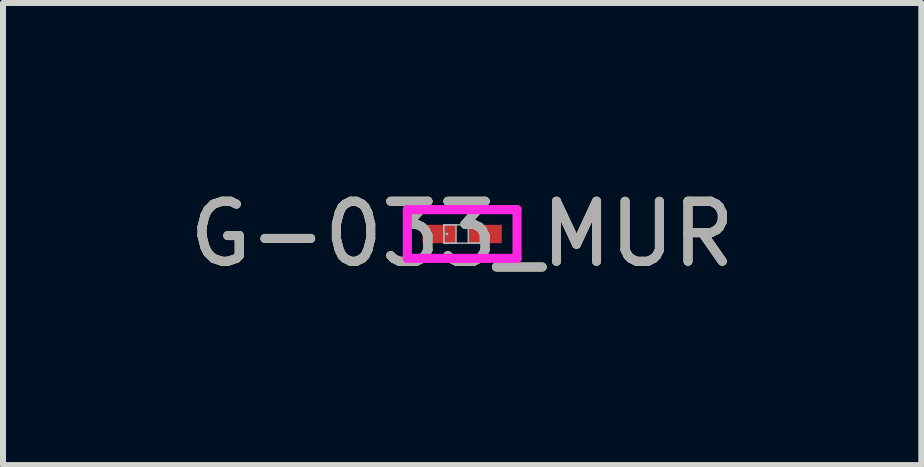
<source format=kicad_pcb>
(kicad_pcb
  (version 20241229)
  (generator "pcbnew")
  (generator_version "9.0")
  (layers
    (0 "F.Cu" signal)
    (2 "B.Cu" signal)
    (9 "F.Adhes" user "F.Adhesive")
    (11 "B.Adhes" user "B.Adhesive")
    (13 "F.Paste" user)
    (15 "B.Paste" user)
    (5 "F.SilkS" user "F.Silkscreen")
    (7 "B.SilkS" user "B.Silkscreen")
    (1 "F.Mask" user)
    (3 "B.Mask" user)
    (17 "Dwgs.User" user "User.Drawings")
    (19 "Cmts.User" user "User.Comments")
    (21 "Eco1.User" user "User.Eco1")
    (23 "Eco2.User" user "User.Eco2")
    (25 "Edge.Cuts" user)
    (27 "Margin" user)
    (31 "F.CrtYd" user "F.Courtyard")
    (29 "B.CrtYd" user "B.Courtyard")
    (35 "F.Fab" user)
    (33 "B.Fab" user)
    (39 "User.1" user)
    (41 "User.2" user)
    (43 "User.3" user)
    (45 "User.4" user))
  (footprint "G-033_MUR"
    (layer "F.Cu")
    (at 4.649 0.848)
    (property "Reference" "G-033_MUR" (at 0 0 0) (unlocked yes) (layer "F.SilkS") (effects (font (size 1 1) (thickness 0.15))))
    (attr smd)
    (fp_line (start -0.914 -0.406) (end 0.914 -0.406) (stroke (width 0.152) (type solid)) (layer "F.CrtYd"))
    (fp_line (start -0.914 0.406) (end -0.914 -0.406) (stroke (width 0.152) (type solid)) (layer "F.CrtYd"))
    (fp_line (start 0.914 -0.406) (end 0.914 0.406) (stroke (width 0.152) (type solid)) (layer "F.CrtYd"))
    (fp_line (start 0.914 0.406) (end -0.914 0.406) (stroke (width 0.152) (type solid)) (layer "F.CrtYd"))
    (fp_line (start -0.305 -0.152) (end -0.305 0.152) (stroke (width 0.025) (type solid)) (layer "F.Fab"))
    (fp_line (start -0.305 -0.152) (end -0.305 0.152) (stroke (width 0.025) (type solid)) (layer "F.Fab"))
    (fp_line (start -0.305 0.152) (end -0.102 0.152) (stroke (width 0.025) (type solid)) (layer "F.Fab"))
    (fp_line (start -0.305 0.152) (end 0.305 0.152) (stroke (width 0.025) (type solid)) (layer "F.Fab"))
    (fp_line (start -0.102 -0.152) (end -0.305 -0.152) (stroke (width 0.025) (type solid)) (layer "F.Fab"))
    (fp_line (start -0.102 0.152) (end -0.102 -0.152) (stroke (width 0.025) (type solid)) (layer "F.Fab"))
    (fp_line (start 0.102 -0.152) (end 0.102 0.152) (stroke (width 0.025) (type solid)) (layer "F.Fab"))
    (fp_line (start 0.102 0.152) (end 0.305 0.152) (stroke (width 0.025) (type solid)) (layer "F.Fab"))
    (fp_line (start 0.305 -0.152) (end -0.305 -0.152) (stroke (width 0.025) (type solid)) (layer "F.Fab"))
    (fp_line (start 0.305 -0.152) (end 0.102 -0.152) (stroke (width 0.025) (type solid)) (layer "F.Fab"))
    (fp_line (start 0.305 0.152) (end 0.305 -0.152) (stroke (width 0.025) (type solid)) (layer "F.Fab"))
    (fp_line (start 0.305 0.152) (end 0.305 -0.152) (stroke (width 0.025) (type solid)) (layer "F.Fab"))
    (fp_circle (center -0.254 0) (end -0.254 0) (stroke (width 0.025) (type solid)) (fill no) (layer "F.Fab"))
    (fp_text user "${REFERENCE}" (at 0 0 0) (unlocked yes) (layer "F.Fab") (effects (font (size 1 1) (thickness 0.15))))
    (pad "1" smd rect (at -0.381 0) (size 0.559 0.305) (layers "F.Cu" "F.Mask" "F.Paste"))
    (pad "2" smd rect (at 0.381 0) (size 0.559 0.305) (layers "F.Cu" "F.Mask" "F.Paste"))
    (zone (net_name "") (layer "F.Cu") (hatch full 0.508) (connect_pads) (min_thickness 0.254) (filled_areas_thickness no) (keepout (tracks not_allowed) (vias not_allowed) (pads allowed) (copperpour not_allowed) (footprints allowed)) (placement (enabled no)) (fill) (polygon (pts (xy 4.598 0.747) (xy 4.7 0.747) (xy 4.7 0.95) (xy 4.598 0.95)))))
  (gr_rect
    (start -3 -3)
    (end 12.298 4.697)
    (stroke (width 0.1) (type default))
    (fill no)
    (layer "Edge.Cuts")))
</source>
